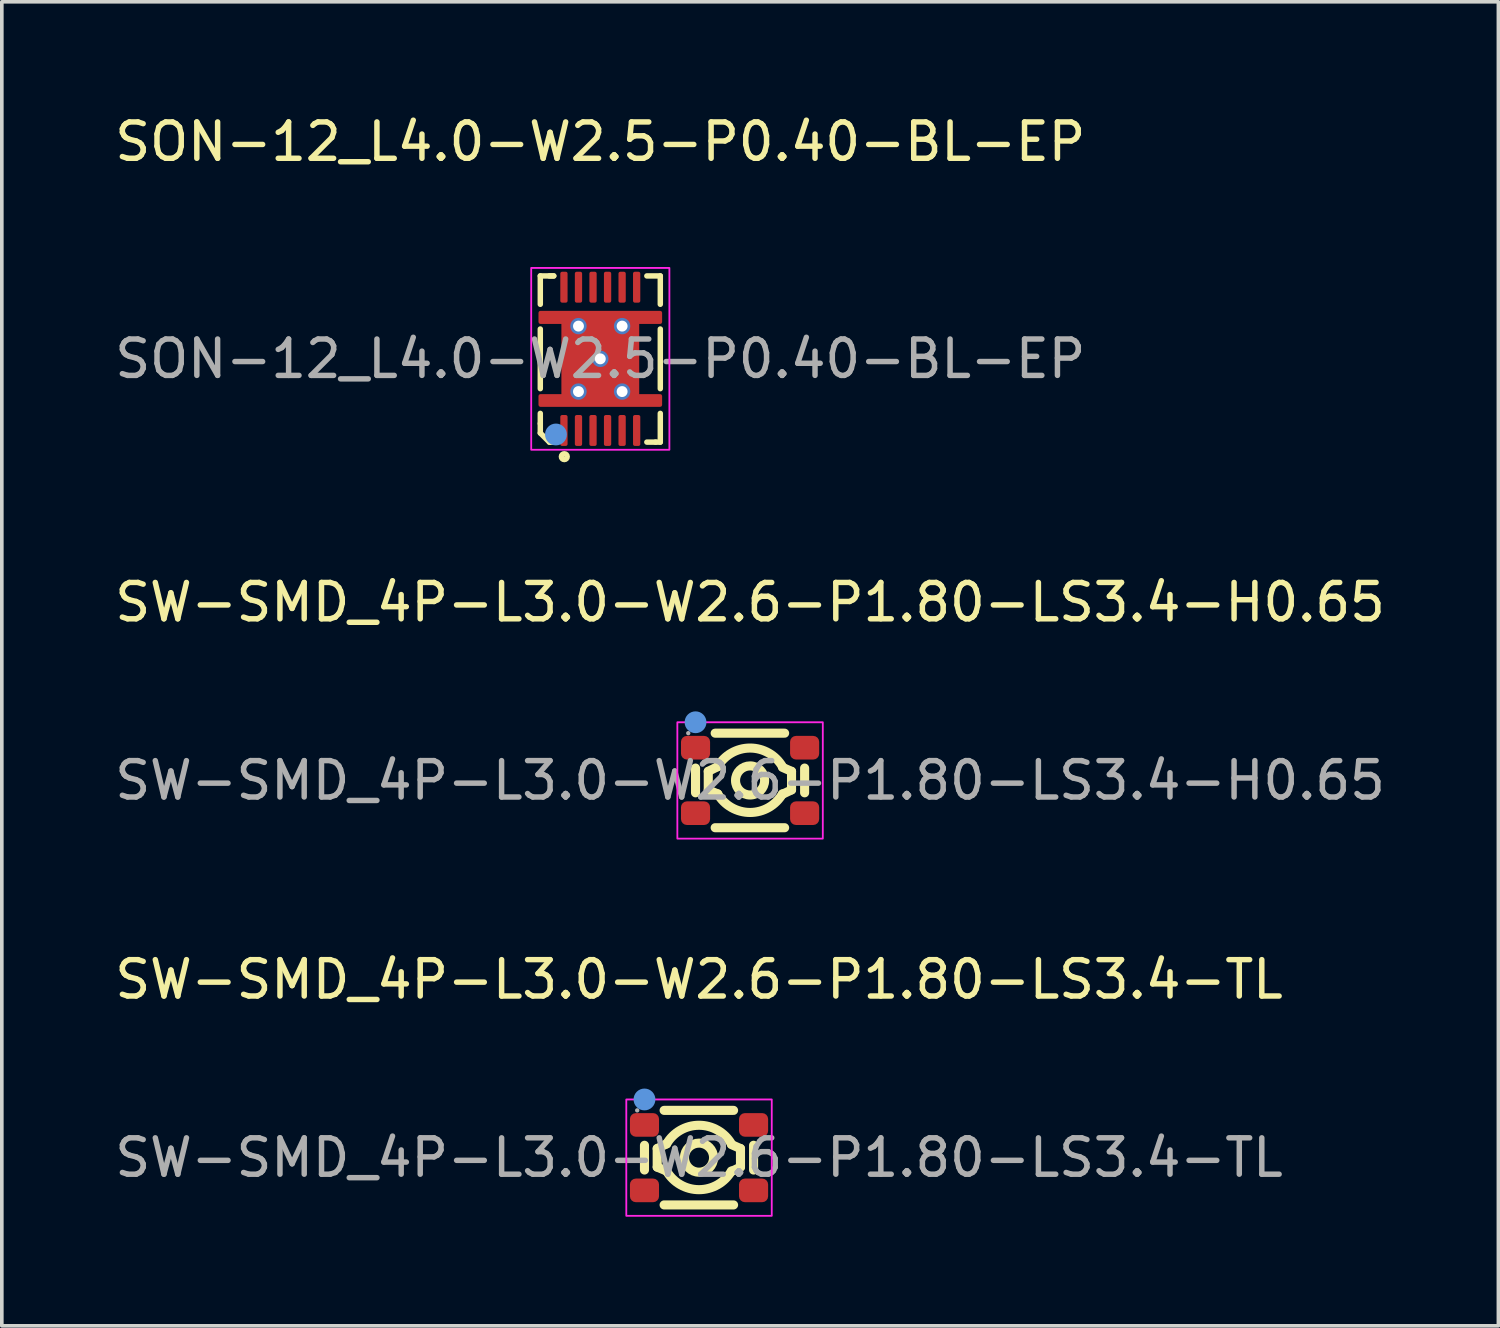
<source format=kicad_pcb>
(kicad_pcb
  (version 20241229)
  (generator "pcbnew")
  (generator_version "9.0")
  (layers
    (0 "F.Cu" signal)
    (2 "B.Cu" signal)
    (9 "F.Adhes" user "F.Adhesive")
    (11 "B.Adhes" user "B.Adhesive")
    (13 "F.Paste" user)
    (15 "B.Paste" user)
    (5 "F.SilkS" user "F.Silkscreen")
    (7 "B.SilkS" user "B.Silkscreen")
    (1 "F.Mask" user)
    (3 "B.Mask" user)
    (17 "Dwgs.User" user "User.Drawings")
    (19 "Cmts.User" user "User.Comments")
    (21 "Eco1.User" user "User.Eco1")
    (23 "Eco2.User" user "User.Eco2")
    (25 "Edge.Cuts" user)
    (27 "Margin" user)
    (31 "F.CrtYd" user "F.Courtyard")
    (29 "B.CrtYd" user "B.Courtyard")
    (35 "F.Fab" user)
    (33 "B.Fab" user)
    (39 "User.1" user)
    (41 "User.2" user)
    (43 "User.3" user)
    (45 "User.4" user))
  (footprint "SW-SMD_4P-L3.0-W2.6-P1.80-LS3.4-TL"
    (layer "F.Cu")
    (at 16.173 28.785)
    (property "Reference" "SW-SMD_4P-L3.0-W2.6-P1.80-LS3.4-TL" (at 0 -4.9 0) (layer "F.SilkS") (effects (font (size 1 1) (thickness 0.15))))
    (attr smd)
    (fp_line (start -1.5 -0.34) (end -1.5 0.34) (stroke (width 0.25) (type solid)) (layer "F.SilkS"))
    (fp_line (start -1.15 -0.25) (end -1.15 0.26) (stroke (width 0.25) (type solid)) (layer "F.SilkS"))
    (fp_line (start -1.15 0.26) (end -0.89 0.37) (stroke (width 0.25) (type solid)) (layer "F.SilkS"))
    (fp_line (start -0.89 -0.38) (end -1.15 -0.25) (stroke (width 0.25) (type solid)) (layer "F.SilkS"))
    (fp_line (start 0.89 0.38) (end 1.14 0.26) (stroke (width 0.25) (type solid)) (layer "F.SilkS"))
    (fp_line (start 0.95 -1.3) (end -0.96 -1.3) (stroke (width 0.25) (type solid)) (layer "F.SilkS"))
    (fp_line (start 0.95 1.3) (end -0.96 1.3) (stroke (width 0.25) (type solid)) (layer "F.SilkS"))
    (fp_line (start 1.14 -0.25) (end 0.89 -0.36) (stroke (width 0.25) (type solid)) (layer "F.SilkS"))
    (fp_line (start 1.14 0.26) (end 1.14 -0.25) (stroke (width 0.25) (type solid)) (layer "F.SilkS"))
    (fp_line (start 1.5 0.34) (end 1.5 -0.34) (stroke (width 0.25) (type solid)) (layer "F.SilkS"))
    (fp_arc (start -0.891384 -0.377623) (mid -0.001375 -0.890775) (end 0.89 -0.38) (stroke (width 0.25) (type solid)) (layer "F.SilkS"))
    (fp_arc (start 0.891384 0.367623) (mid 0.001375 0.880775) (end -0.89 0.37) (stroke (width 0.25) (type solid)) (layer "F.SilkS"))
    (fp_circle (center 0 0) (end 0.4 0) (stroke (width 0.25) (type solid)) (fill no) (layer "F.SilkS"))
    (fp_circle (center -1.5 -1.6) (end -1.35 -1.6) (stroke (width 0.3) (type solid)) (fill no) (layer "Cmts.User"))
    (fp_rect (start -2 -1.6) (end 2 1.6) (stroke (width 0.05) (type default)) (fill no) (layer "F.CrtYd"))
    (fp_circle (center -1.7 -1.3) (end -1.67 -1.3) (stroke (width 0.06) (type solid)) (fill no) (layer "F.Fab"))
    (fp_text user "${REFERENCE}" (at 0 0 0) (layer "F.Fab") (effects (font (size 1 1) (thickness 0.15))))
    (pad "1" smd roundrect (at -1.5 -0.9) (size 0.8 0.65) (layers "F.Cu" "F.Mask" "F.Paste") (roundrect_rratio 0.25))
    (pad "2" smd roundrect (at -1.5 0.9) (size 0.8 0.65) (layers "F.Cu" "F.Mask" "F.Paste") (roundrect_rratio 0.25))
    (pad "3" smd roundrect (at 1.5 0.9) (size 0.8 0.65) (layers "F.Cu" "F.Mask" "F.Paste") (roundrect_rratio 0.25))
    (pad "4" smd roundrect (at 1.5 -0.9) (size 0.8 0.65) (layers "F.Cu" "F.Mask" "F.Paste") (roundrect_rratio 0.25)))
  (footprint "SW-SMD_4P-L3.0-W2.6-P1.80-LS3.4-H0.65"
    (layer "F.Cu")
    (at 17.577 18.412)
    (property "Reference" "SW-SMD_4P-L3.0-W2.6-P1.80-LS3.4-H0.65" (at 0 -4.9 0) (layer "F.SilkS") (effects (font (size 1 1) (thickness 0.15))))
    (attr smd)
    (fp_line (start -1.5 -0.34) (end -1.5 0.34) (stroke (width 0.25) (type solid)) (layer "F.SilkS"))
    (fp_line (start -1.15 -0.25) (end -1.15 0.26) (stroke (width 0.25) (type solid)) (layer "F.SilkS"))
    (fp_line (start -1.15 0.26) (end -0.89 0.37) (stroke (width 0.25) (type solid)) (layer "F.SilkS"))
    (fp_line (start -0.89 -0.38) (end -1.15 -0.25) (stroke (width 0.25) (type solid)) (layer "F.SilkS"))
    (fp_line (start 0.89 0.38) (end 1.14 0.26) (stroke (width 0.25) (type solid)) (layer "F.SilkS"))
    (fp_line (start 0.95 -1.3) (end -0.96 -1.3) (stroke (width 0.25) (type solid)) (layer "F.SilkS"))
    (fp_line (start 0.95 1.3) (end -0.96 1.3) (stroke (width 0.25) (type solid)) (layer "F.SilkS"))
    (fp_line (start 1.14 -0.25) (end 0.89 -0.36) (stroke (width 0.25) (type solid)) (layer "F.SilkS"))
    (fp_line (start 1.14 0.26) (end 1.14 -0.25) (stroke (width 0.25) (type solid)) (layer "F.SilkS"))
    (fp_line (start 1.5 0.34) (end 1.5 -0.34) (stroke (width 0.25) (type solid)) (layer "F.SilkS"))
    (fp_arc (start -0.891384 -0.377623) (mid -0.001375 -0.890775) (end 0.89 -0.38) (stroke (width 0.25) (type solid)) (layer "F.SilkS"))
    (fp_arc (start 0.891384 0.367623) (mid 0.001375 0.880775) (end -0.89 0.37) (stroke (width 0.25) (type solid)) (layer "F.SilkS"))
    (fp_circle (center 0 0) (end 0.4 0) (stroke (width 0.25) (type solid)) (fill no) (layer "F.SilkS"))
    (fp_circle (center -1.5 -1.6) (end -1.35 -1.6) (stroke (width 0.3) (type solid)) (fill no) (layer "Cmts.User"))
    (fp_rect (start -2 -1.6) (end 2 1.6) (stroke (width 0.05) (type default)) (fill no) (layer "F.CrtYd"))
    (fp_circle (center -1.7 -1.3) (end -1.67 -1.3) (stroke (width 0.06) (type solid)) (fill no) (layer "F.Fab"))
    (fp_text user "${REFERENCE}" (at 0 0 0) (layer "F.Fab") (effects (font (size 1 1) (thickness 0.15))))
    (pad "1" smd roundrect (at -1.5 -0.9) (size 0.8 0.65) (layers "F.Cu" "F.Mask" "F.Paste") (roundrect_rratio 0.25))
    (pad "2" smd roundrect (at -1.5 0.9) (size 0.8 0.65) (layers "F.Cu" "F.Mask" "F.Paste") (roundrect_rratio 0.25))
    (pad "3" smd roundrect (at 1.5 0.9) (size 0.8 0.65) (layers "F.Cu" "F.Mask" "F.Paste") (roundrect_rratio 0.25))
    (pad "4" smd roundrect (at 1.5 -0.9) (size 0.8 0.65) (layers "F.Cu" "F.Mask" "F.Paste") (roundrect_rratio 0.25)))
  (footprint "SON-12_L4.0-W2.5-P0.40-BL-EP"
    (layer "F.Cu")
    (at 13.458 6.818)
    (property "Reference" "SON-12_L4.0-W2.5-P0.40-BL-EP" (at 0 -5.97 0) (layer "F.SilkS") (effects (font (size 1 1) (thickness 0.15))))
    (attr smd)
    (fp_line (start -1.65 -2.28) (end -1.65 -1.5) (stroke (width 0.15) (type solid)) (layer "F.SilkS"))
    (fp_line (start -1.65 -0.82) (end -1.65 0.82) (stroke (width 0.15) (type solid)) (layer "F.SilkS"))
    (fp_line (start -1.65 1.5) (end -1.65 1.78) (stroke (width 0.15) (type solid)) (layer "F.SilkS"))
    (fp_line (start -1.65 1.78) (end -1.65 2.04) (stroke (width 0.15) (type solid)) (layer "F.SilkS"))
    (fp_line (start -1.65 2.04) (end -1.4 2.29) (stroke (width 0.15) (type solid)) (layer "F.SilkS"))
    (fp_line (start -1.4 2.29) (end -1.28 2.29) (stroke (width 0.15) (type solid)) (layer "F.SilkS"))
    (fp_line (start -1.28 -2.28) (end -1.65 -2.28) (stroke (width 0.15) (type solid)) (layer "F.SilkS"))
    (fp_line (start -1.28 -2.28) (end -1.4 -2.28) (stroke (width 0.15) (type solid)) (layer "F.SilkS"))
    (fp_line (start 1.28 2.29) (end 1.52 2.29) (stroke (width 0.15) (type solid)) (layer "F.SilkS"))
    (fp_line (start 1.52 2.29) (end 1.65 2.29) (stroke (width 0.15) (type solid)) (layer "F.SilkS"))
    (fp_line (start 1.65 -2.28) (end 1.28 -2.28) (stroke (width 0.15) (type solid)) (layer "F.SilkS"))
    (fp_line (start 1.65 -1.5) (end 1.65 -2.28) (stroke (width 0.15) (type solid)) (layer "F.SilkS"))
    (fp_line (start 1.65 0.82) (end 1.65 -0.82) (stroke (width 0.15) (type solid)) (layer "F.SilkS"))
    (fp_line (start 1.65 2.29) (end 1.65 1.5) (stroke (width 0.15) (type solid)) (layer "F.SilkS"))
    (fp_circle (center -0.99 2.69) (end -0.91 2.69) (stroke (width 0.15) (type solid)) (fill no) (layer "F.SilkS"))
    (fp_circle (center -1.22 2.08) (end -1.07 2.08) (stroke (width 0.3) (type solid)) (fill no) (layer "Cmts.User"))
    (fp_rect (start -1.9 -2.5) (end 1.9 2.5) (stroke (width 0.05) (type default)) (fill no) (layer "F.CrtYd"))
    (fp_circle (center -1.25 2) (end -1.22 2) (stroke (width 0.06) (type solid)) (fill no) (layer "F.Fab"))
    (fp_text user "${REFERENCE}" (at 0 0 0) (layer "F.Fab") (effects (font (size 1 1) (thickness 0.15))))
    (pad "1" smd roundrect (at -1 1.97) (size 0.2 0.85) (layers "F.Cu" "F.Mask" "F.Paste") (roundrect_rratio 0.25))
    (pad "2" smd roundrect (at -0.6 1.97) (size 0.2 0.85) (layers "F.Cu" "F.Mask" "F.Paste") (roundrect_rratio 0.25))
    (pad "3" smd roundrect (at -0.2 1.97) (size 0.2 0.85) (layers "F.Cu" "F.Mask" "F.Paste") (roundrect_rratio 0.25))
    (pad "4" smd roundrect (at 0.2 1.97) (size 0.2 0.85) (layers "F.Cu" "F.Mask" "F.Paste") (roundrect_rratio 0.25))
    (pad "5" smd roundrect (at 0.6 1.97) (size 0.2 0.85) (layers "F.Cu" "F.Mask" "F.Paste") (roundrect_rratio 0.25))
    (pad "6" smd roundrect (at 1 1.97) (size 0.2 0.85) (layers "F.Cu" "F.Mask" "F.Paste") (roundrect_rratio 0.25))
    (pad "7" smd roundrect (at 1 -1.97) (size 0.2 0.85) (layers "F.Cu" "F.Mask" "F.Paste") (roundrect_rratio 0.25))
    (pad "8" smd roundrect (at 0.6 -1.97) (size 0.2 0.85) (layers "F.Cu" "F.Mask" "F.Paste") (roundrect_rratio 0.25))
    (pad "9" smd roundrect (at 0.2 -1.97) (size 0.2 0.85) (layers "F.Cu" "F.Mask" "F.Paste") (roundrect_rratio 0.25))
    (pad "10" smd roundrect (at -0.2 -1.97) (size 0.2 0.85) (layers "F.Cu" "F.Mask" "F.Paste") (roundrect_rratio 0.25))
    (pad "11" smd roundrect (at -0.6 -1.97) (size 0.2 0.85) (layers "F.Cu" "F.Mask" "F.Paste") (roundrect_rratio 0.25))
    (pad "12" smd roundrect (at -1 -1.97) (size 0.2 0.85) (layers "F.Cu" "F.Mask" "F.Paste") (roundrect_rratio 0.25))
    (pad "13" thru_hole circle (at -0.6 -0.9) (size 0.45 0.45) (drill 0.3) (layers "*.Cu" "F.Mask" "F.Paste"))
    (pad "13" thru_hole circle (at -0.6 0.9) (size 0.45 0.45) (drill 0.3) (layers "*.Cu" "F.Mask" "F.Paste"))
    (pad "13" thru_hole circle (at 0 0) (size 0.45 0.45) (drill 0.3) (layers "*.Cu" "F.Mask" "F.Paste"))
    (pad "13" smd custom (at 0 0) (size 1 1) (layers "F.Cu" "F.Mask" "F.Paste") (options (anchor circle)) (primitives (gr_poly (pts (xy -1.65 -1.27) (xy 1.65 -1.27) (xy 1.65 -1.01) (xy 1.02 -1.01) (xy 1.02 1.02) (xy 1.65 1.02) (xy 1.65 1.27) (xy -1.65 1.27) (xy -1.65 1.02) (xy -1.02 1.02) (xy -1.02 -1.01) (xy -1.65 -1.01)) (width 0.1) (fill yes))))
    (pad "13" thru_hole circle (at 0.6 -0.9) (size 0.45 0.45) (drill 0.3) (layers "*.Cu" "F.Mask" "F.Paste"))
    (pad "13" thru_hole circle (at 0.6 0.9) (size 0.45 0.45) (drill 0.3) (layers "*.Cu" "F.Mask" "F.Paste")))
  (gr_rect
    (start -3 -3)
    (end 38.155 33.41)
    (stroke (width 0.1) (type default))
    (fill no)
    (layer "Edge.Cuts")))
</source>
